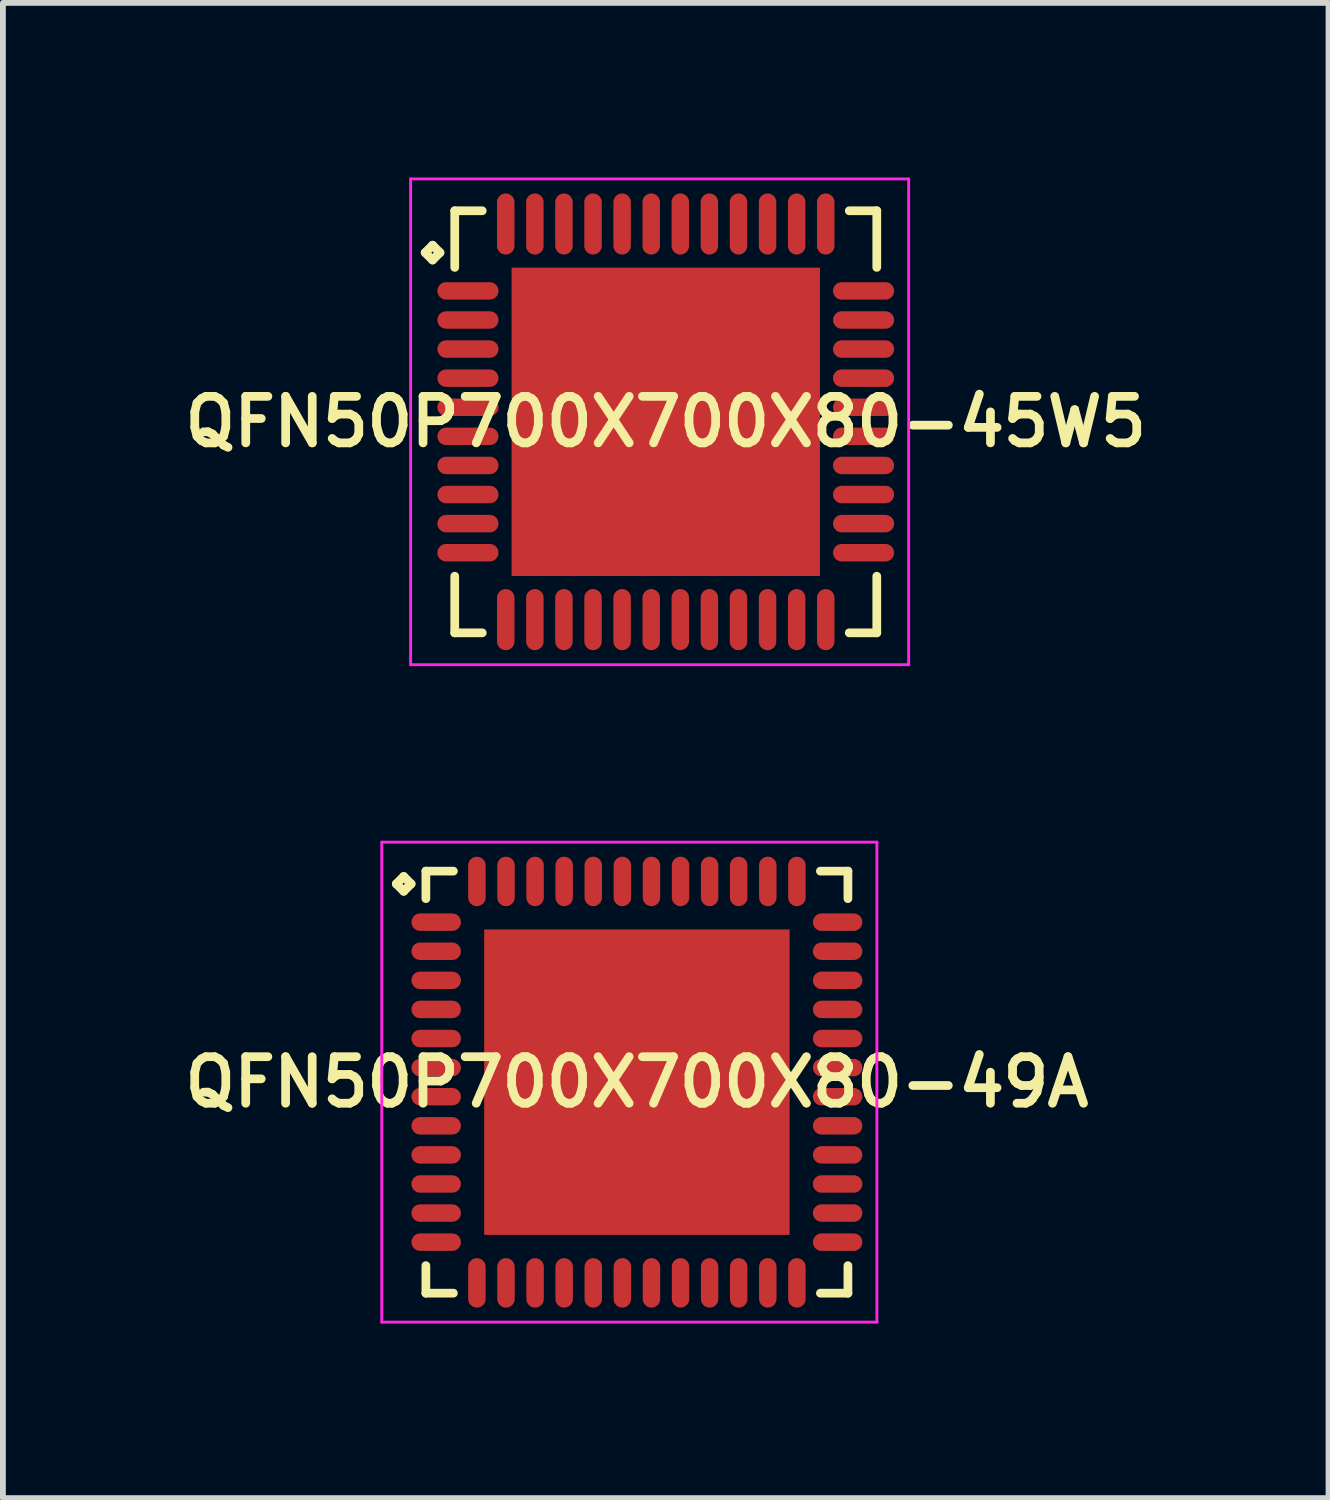
<source format=kicad_pcb>
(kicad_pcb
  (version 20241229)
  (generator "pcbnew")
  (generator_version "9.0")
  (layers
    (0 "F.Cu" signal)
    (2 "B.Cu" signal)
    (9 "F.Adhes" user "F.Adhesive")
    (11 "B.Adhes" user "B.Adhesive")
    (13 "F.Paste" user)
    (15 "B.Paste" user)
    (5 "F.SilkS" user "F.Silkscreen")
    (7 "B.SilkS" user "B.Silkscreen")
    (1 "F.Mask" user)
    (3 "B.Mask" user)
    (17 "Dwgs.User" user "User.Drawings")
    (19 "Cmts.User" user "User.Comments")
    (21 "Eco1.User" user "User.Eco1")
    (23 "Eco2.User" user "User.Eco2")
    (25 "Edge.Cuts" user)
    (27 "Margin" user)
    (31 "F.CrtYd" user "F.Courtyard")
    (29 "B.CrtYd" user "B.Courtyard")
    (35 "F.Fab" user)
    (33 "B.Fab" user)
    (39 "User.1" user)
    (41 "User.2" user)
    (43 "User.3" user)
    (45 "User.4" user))
  (footprint "QFN50P700X700X80-45W5"
    (layer "F.Cu")
    (at 8.393 4.2)
    (property "Reference" "QFN50P700X700X80-45W5" (at 0 0 0) (layer "F.SilkS") (effects (font (size 0.8 0.8) (thickness 0.15))))
    (attr smd)
    (fp_line (start -4.135 -2.908) (end -4.008 -3.035) (stroke (width 0.15) (type solid)) (layer "F.SilkS"))
    (fp_line (start -4.008 -3.035) (end -3.881 -2.908) (stroke (width 0.15) (type solid)) (layer "F.SilkS"))
    (fp_line (start -4.008 -2.781) (end -4.135 -2.908) (stroke (width 0.15) (type solid)) (layer "F.SilkS"))
    (fp_line (start -3.881 -2.908) (end -4.008 -2.781) (stroke (width 0.15) (type solid)) (layer "F.SilkS"))
    (fp_line (start -3.627 -3.627) (end -3.154 -3.627) (stroke (width 0.15) (type solid)) (layer "F.SilkS"))
    (fp_line (start -3.627 -2.654) (end -3.627 -3.627) (stroke (width 0.15) (type solid)) (layer "F.SilkS"))
    (fp_line (start -3.627 2.654) (end -3.627 3.627) (stroke (width 0.15) (type solid)) (layer "F.SilkS"))
    (fp_line (start -3.627 3.627) (end -3.154 3.627) (stroke (width 0.15) (type solid)) (layer "F.SilkS"))
    (fp_line (start 3.154 -3.627) (end 3.627 -3.627) (stroke (width 0.15) (type solid)) (layer "F.SilkS"))
    (fp_line (start 3.154 3.627) (end 3.627 3.627) (stroke (width 0.15) (type solid)) (layer "F.SilkS"))
    (fp_line (start 3.627 -3.627) (end 3.627 -2.654) (stroke (width 0.15) (type solid)) (layer "F.SilkS"))
    (fp_line (start 3.627 3.627) (end 3.627 2.654) (stroke (width 0.15) (type solid)) (layer "F.SilkS"))
    (fp_line (start -4.385 -4.175) (end 4.175 -4.175) (stroke (width 0.05) (type solid)) (layer "F.CrtYd"))
    (fp_line (start -4.385 4.175) (end -4.385 -4.175) (stroke (width 0.05) (type solid)) (layer "F.CrtYd"))
    (fp_line (start 4.175 -4.175) (end 4.175 4.175) (stroke (width 0.05) (type solid)) (layer "F.CrtYd"))
    (fp_line (start 4.175 4.175) (end -4.385 4.175) (stroke (width 0.05) (type solid)) (layer "F.CrtYd"))
    (pad "1" smd oval (at -3.4 -2.25) (size 1.05 0.3) (layers "F.Cu" "F.Mask" "F.Paste"))
    (pad "2" smd oval (at -3.4 -1.75) (size 1.05 0.3) (layers "F.Cu" "F.Mask" "F.Paste"))
    (pad "3" smd oval (at -3.4 -1.25) (size 1.05 0.3) (layers "F.Cu" "F.Mask" "F.Paste"))
    (pad "4" smd oval (at -3.4 -0.75) (size 1.05 0.3) (layers "F.Cu" "F.Mask" "F.Paste"))
    (pad "5" smd oval (at -3.4 -0.25) (size 1.05 0.3) (layers "F.Cu" "F.Mask" "F.Paste"))
    (pad "6" smd oval (at -3.4 0.25) (size 1.05 0.3) (layers "F.Cu" "F.Mask" "F.Paste"))
    (pad "7" smd oval (at -3.4 0.75) (size 1.05 0.3) (layers "F.Cu" "F.Mask" "F.Paste"))
    (pad "8" smd oval (at -3.4 1.25) (size 1.05 0.3) (layers "F.Cu" "F.Mask" "F.Paste"))
    (pad "9" smd oval (at -3.4 1.75) (size 1.05 0.3) (layers "F.Cu" "F.Mask" "F.Paste"))
    (pad "10" smd oval (at -3.4 2.25) (size 1.05 0.3) (layers "F.Cu" "F.Mask" "F.Paste"))
    (pad "11" smd oval (at -2.75 3.4) (size 0.3 1.05) (layers "F.Cu" "F.Mask" "F.Paste"))
    (pad "12" smd oval (at -2.25 3.4) (size 0.3 1.05) (layers "F.Cu" "F.Mask" "F.Paste"))
    (pad "13" smd oval (at -1.75 3.4) (size 0.3 1.05) (layers "F.Cu" "F.Mask" "F.Paste"))
    (pad "14" smd oval (at -1.25 3.4) (size 0.3 1.05) (layers "F.Cu" "F.Mask" "F.Paste"))
    (pad "15" smd oval (at -0.75 3.4) (size 0.3 1.05) (layers "F.Cu" "F.Mask" "F.Paste"))
    (pad "16" smd oval (at -0.25 3.4) (size 0.3 1.05) (layers "F.Cu" "F.Mask" "F.Paste"))
    (pad "17" smd oval (at 0.25 3.4) (size 0.3 1.05) (layers "F.Cu" "F.Mask" "F.Paste"))
    (pad "18" smd oval (at 0.75 3.4) (size 0.3 1.05) (layers "F.Cu" "F.Mask" "F.Paste"))
    (pad "19" smd oval (at 1.25 3.4) (size 0.3 1.05) (layers "F.Cu" "F.Mask" "F.Paste"))
    (pad "20" smd oval (at 1.75 3.4) (size 0.3 1.05) (layers "F.Cu" "F.Mask" "F.Paste"))
    (pad "21" smd oval (at 2.25 3.4) (size 0.3 1.05) (layers "F.Cu" "F.Mask" "F.Paste"))
    (pad "22" smd oval (at 2.75 3.4) (size 0.3 1.05) (layers "F.Cu" "F.Mask" "F.Paste"))
    (pad "23" smd oval (at 3.4 2.25) (size 1.05 0.3) (layers "F.Cu" "F.Mask" "F.Paste"))
    (pad "24" smd oval (at 3.4 1.75) (size 1.05 0.3) (layers "F.Cu" "F.Mask" "F.Paste"))
    (pad "25" smd oval (at 3.4 1.25) (size 1.05 0.3) (layers "F.Cu" "F.Mask" "F.Paste"))
    (pad "26" smd oval (at 3.4 0.75) (size 1.05 0.3) (layers "F.Cu" "F.Mask" "F.Paste"))
    (pad "27" smd oval (at 3.4 0.25) (size 1.05 0.3) (layers "F.Cu" "F.Mask" "F.Paste"))
    (pad "28" smd oval (at 3.4 -0.25) (size 1.05 0.3) (layers "F.Cu" "F.Mask" "F.Paste"))
    (pad "29" smd oval (at 3.4 -0.75) (size 1.05 0.3) (layers "F.Cu" "F.Mask" "F.Paste"))
    (pad "30" smd oval (at 3.4 -1.25) (size 1.05 0.3) (layers "F.Cu" "F.Mask" "F.Paste"))
    (pad "31" smd oval (at 3.4 -1.75) (size 1.05 0.3) (layers "F.Cu" "F.Mask" "F.Paste"))
    (pad "32" smd oval (at 3.4 -2.25) (size 1.05 0.3) (layers "F.Cu" "F.Mask" "F.Paste"))
    (pad "33" smd oval (at 2.75 -3.4) (size 0.3 1.05) (layers "F.Cu" "F.Mask" "F.Paste"))
    (pad "34" smd oval (at 2.25 -3.4) (size 0.3 1.05) (layers "F.Cu" "F.Mask" "F.Paste"))
    (pad "35" smd oval (at 1.75 -3.4) (size 0.3 1.05) (layers "F.Cu" "F.Mask" "F.Paste"))
    (pad "36" smd oval (at 1.25 -3.4) (size 0.3 1.05) (layers "F.Cu" "F.Mask" "F.Paste"))
    (pad "37" smd oval (at 0.75 -3.4) (size 0.3 1.05) (layers "F.Cu" "F.Mask" "F.Paste"))
    (pad "38" smd oval (at 0.25 -3.4) (size 0.3 1.05) (layers "F.Cu" "F.Mask" "F.Paste"))
    (pad "39" smd oval (at -0.25 -3.4) (size 0.3 1.05) (layers "F.Cu" "F.Mask" "F.Paste"))
    (pad "40" smd oval (at -0.75 -3.4) (size 0.3 1.05) (layers "F.Cu" "F.Mask" "F.Paste"))
    (pad "41" smd oval (at -1.25 -3.4) (size 0.3 1.05) (layers "F.Cu" "F.Mask" "F.Paste"))
    (pad "42" smd oval (at -1.75 -3.4) (size 0.3 1.05) (layers "F.Cu" "F.Mask" "F.Paste"))
    (pad "43" smd oval (at -2.25 -3.4) (size 0.3 1.05) (layers "F.Cu" "F.Mask" "F.Paste"))
    (pad "44" smd oval (at -2.75 -3.4) (size 0.3 1.05) (layers "F.Cu" "F.Mask" "F.Paste"))
    (pad "45" smd rect (at 0 0) (size 5.3 5.3) (layers "F.Cu" "F.Mask" "F.Paste")))
  (footprint "QFN50P700X700X80-49A"
    (layer "F.Cu")
    (at 7.897 15.55)
    (property "Reference" "QFN50P700X700X80-49A" (at 0 0 0) (layer "F.SilkS") (effects (font (size 0.8 0.8) (thickness 0.15))))
    (attr smd)
    (fp_line (start -4.135 -3.408) (end -4.008 -3.535) (stroke (width 0.15) (type solid)) (layer "F.SilkS"))
    (fp_line (start -4.008 -3.535) (end -3.881 -3.408) (stroke (width 0.15) (type solid)) (layer "F.SilkS"))
    (fp_line (start -4.008 -3.281) (end -4.135 -3.408) (stroke (width 0.15) (type solid)) (layer "F.SilkS"))
    (fp_line (start -3.881 -3.408) (end -4.008 -3.281) (stroke (width 0.15) (type solid)) (layer "F.SilkS"))
    (fp_line (start -3.627 -3.627) (end -3.154 -3.627) (stroke (width 0.15) (type solid)) (layer "F.SilkS"))
    (fp_line (start -3.627 -3.154) (end -3.627 -3.627) (stroke (width 0.15) (type solid)) (layer "F.SilkS"))
    (fp_line (start -3.627 3.154) (end -3.627 3.627) (stroke (width 0.15) (type solid)) (layer "F.SilkS"))
    (fp_line (start -3.627 3.627) (end -3.154 3.627) (stroke (width 0.15) (type solid)) (layer "F.SilkS"))
    (fp_line (start 3.154 -3.627) (end 3.627 -3.627) (stroke (width 0.15) (type solid)) (layer "F.SilkS"))
    (fp_line (start 3.154 3.627) (end 3.627 3.627) (stroke (width 0.15) (type solid)) (layer "F.SilkS"))
    (fp_line (start 3.627 -3.627) (end 3.627 -3.154) (stroke (width 0.15) (type solid)) (layer "F.SilkS"))
    (fp_line (start 3.627 3.627) (end 3.627 3.154) (stroke (width 0.15) (type solid)) (layer "F.SilkS"))
    (fp_line (start -4.385 -4.125) (end 4.125 -4.125) (stroke (width 0.05) (type solid)) (layer "F.CrtYd"))
    (fp_line (start -4.385 4.125) (end -4.385 -4.125) (stroke (width 0.05) (type solid)) (layer "F.CrtYd"))
    (fp_line (start 4.125 -4.125) (end 4.125 4.125) (stroke (width 0.05) (type solid)) (layer "F.CrtYd"))
    (fp_line (start 4.125 4.125) (end -4.385 4.125) (stroke (width 0.05) (type solid)) (layer "F.CrtYd"))
    (pad "1" smd oval (at -3.45 -2.75) (size 0.85 0.3) (layers "F.Cu" "F.Mask" "F.Paste"))
    (pad "2" smd oval (at -3.45 -2.25) (size 0.85 0.3) (layers "F.Cu" "F.Mask" "F.Paste"))
    (pad "3" smd oval (at -3.45 -1.75) (size 0.85 0.3) (layers "F.Cu" "F.Mask" "F.Paste"))
    (pad "4" smd oval (at -3.45 -1.25) (size 0.85 0.3) (layers "F.Cu" "F.Mask" "F.Paste"))
    (pad "5" smd oval (at -3.45 -0.75) (size 0.85 0.3) (layers "F.Cu" "F.Mask" "F.Paste"))
    (pad "6" smd oval (at -3.45 -0.25) (size 0.85 0.3) (layers "F.Cu" "F.Mask" "F.Paste"))
    (pad "7" smd oval (at -3.45 0.25) (size 0.85 0.3) (layers "F.Cu" "F.Mask" "F.Paste"))
    (pad "8" smd oval (at -3.45 0.75) (size 0.85 0.3) (layers "F.Cu" "F.Mask" "F.Paste"))
    (pad "9" smd oval (at -3.45 1.25) (size 0.85 0.3) (layers "F.Cu" "F.Mask" "F.Paste"))
    (pad "10" smd oval (at -3.45 1.75) (size 0.85 0.3) (layers "F.Cu" "F.Mask" "F.Paste"))
    (pad "11" smd oval (at -3.45 2.25) (size 0.85 0.3) (layers "F.Cu" "F.Mask" "F.Paste"))
    (pad "12" smd oval (at -3.45 2.75) (size 0.85 0.3) (layers "F.Cu" "F.Mask" "F.Paste"))
    (pad "13" smd oval (at -2.75 3.45) (size 0.3 0.85) (layers "F.Cu" "F.Mask" "F.Paste"))
    (pad "14" smd oval (at -2.25 3.45) (size 0.3 0.85) (layers "F.Cu" "F.Mask" "F.Paste"))
    (pad "15" smd oval (at -1.75 3.45) (size 0.3 0.85) (layers "F.Cu" "F.Mask" "F.Paste"))
    (pad "16" smd oval (at -1.25 3.45) (size 0.3 0.85) (layers "F.Cu" "F.Mask" "F.Paste"))
    (pad "17" smd oval (at -0.75 3.45) (size 0.3 0.85) (layers "F.Cu" "F.Mask" "F.Paste"))
    (pad "18" smd oval (at -0.25 3.45) (size 0.3 0.85) (layers "F.Cu" "F.Mask" "F.Paste"))
    (pad "19" smd oval (at 0.25 3.45) (size 0.3 0.85) (layers "F.Cu" "F.Mask" "F.Paste"))
    (pad "20" smd oval (at 0.75 3.45) (size 0.3 0.85) (layers "F.Cu" "F.Mask" "F.Paste"))
    (pad "21" smd oval (at 1.25 3.45) (size 0.3 0.85) (layers "F.Cu" "F.Mask" "F.Paste"))
    (pad "22" smd oval (at 1.75 3.45) (size 0.3 0.85) (layers "F.Cu" "F.Mask" "F.Paste"))
    (pad "23" smd oval (at 2.25 3.45) (size 0.3 0.85) (layers "F.Cu" "F.Mask" "F.Paste"))
    (pad "24" smd oval (at 2.75 3.45) (size 0.3 0.85) (layers "F.Cu" "F.Mask" "F.Paste"))
    (pad "25" smd oval (at 3.45 2.75) (size 0.85 0.3) (layers "F.Cu" "F.Mask" "F.Paste"))
    (pad "26" smd oval (at 3.45 2.25) (size 0.85 0.3) (layers "F.Cu" "F.Mask" "F.Paste"))
    (pad "27" smd oval (at 3.45 1.75) (size 0.85 0.3) (layers "F.Cu" "F.Mask" "F.Paste"))
    (pad "28" smd oval (at 3.45 1.25) (size 0.85 0.3) (layers "F.Cu" "F.Mask" "F.Paste"))
    (pad "29" smd oval (at 3.45 0.75) (size 0.85 0.3) (layers "F.Cu" "F.Mask" "F.Paste"))
    (pad "30" smd oval (at 3.45 0.25) (size 0.85 0.3) (layers "F.Cu" "F.Mask" "F.Paste"))
    (pad "31" smd oval (at 3.45 -0.25) (size 0.85 0.3) (layers "F.Cu" "F.Mask" "F.Paste"))
    (pad "32" smd oval (at 3.45 -0.75) (size 0.85 0.3) (layers "F.Cu" "F.Mask" "F.Paste"))
    (pad "33" smd oval (at 3.45 -1.25) (size 0.85 0.3) (layers "F.Cu" "F.Mask" "F.Paste"))
    (pad "34" smd oval (at 3.45 -1.75) (size 0.85 0.3) (layers "F.Cu" "F.Mask" "F.Paste"))
    (pad "35" smd oval (at 3.45 -2.25) (size 0.85 0.3) (layers "F.Cu" "F.Mask" "F.Paste"))
    (pad "36" smd oval (at 3.45 -2.75) (size 0.85 0.3) (layers "F.Cu" "F.Mask" "F.Paste"))
    (pad "37" smd oval (at 2.75 -3.45) (size 0.3 0.85) (layers "F.Cu" "F.Mask" "F.Paste"))
    (pad "38" smd oval (at 2.25 -3.45) (size 0.3 0.85) (layers "F.Cu" "F.Mask" "F.Paste"))
    (pad "39" smd oval (at 1.75 -3.45) (size 0.3 0.85) (layers "F.Cu" "F.Mask" "F.Paste"))
    (pad "40" smd oval (at 1.25 -3.45) (size 0.3 0.85) (layers "F.Cu" "F.Mask" "F.Paste"))
    (pad "41" smd oval (at 0.75 -3.45) (size 0.3 0.85) (layers "F.Cu" "F.Mask" "F.Paste"))
    (pad "42" smd oval (at 0.25 -3.45) (size 0.3 0.85) (layers "F.Cu" "F.Mask" "F.Paste"))
    (pad "43" smd oval (at -0.25 -3.45) (size 0.3 0.85) (layers "F.Cu" "F.Mask" "F.Paste"))
    (pad "44" smd oval (at -0.75 -3.45) (size 0.3 0.85) (layers "F.Cu" "F.Mask" "F.Paste"))
    (pad "45" smd oval (at -1.25 -3.45) (size 0.3 0.85) (layers "F.Cu" "F.Mask" "F.Paste"))
    (pad "46" smd oval (at -1.75 -3.45) (size 0.3 0.85) (layers "F.Cu" "F.Mask" "F.Paste"))
    (pad "47" smd oval (at -2.25 -3.45) (size 0.3 0.85) (layers "F.Cu" "F.Mask" "F.Paste"))
    (pad "48" smd oval (at -2.75 -3.45) (size 0.3 0.85) (layers "F.Cu" "F.Mask" "F.Paste"))
    (pad "49" smd rect (at 0 0) (size 5.25 5.25) (layers "F.Cu" "F.Mask" "F.Paste")))
  (gr_rect
    (start -3 -3)
    (end 19.785 22.7)
    (stroke (width 0.1) (type default))
    (fill no)
    (layer "Edge.Cuts")))
</source>
